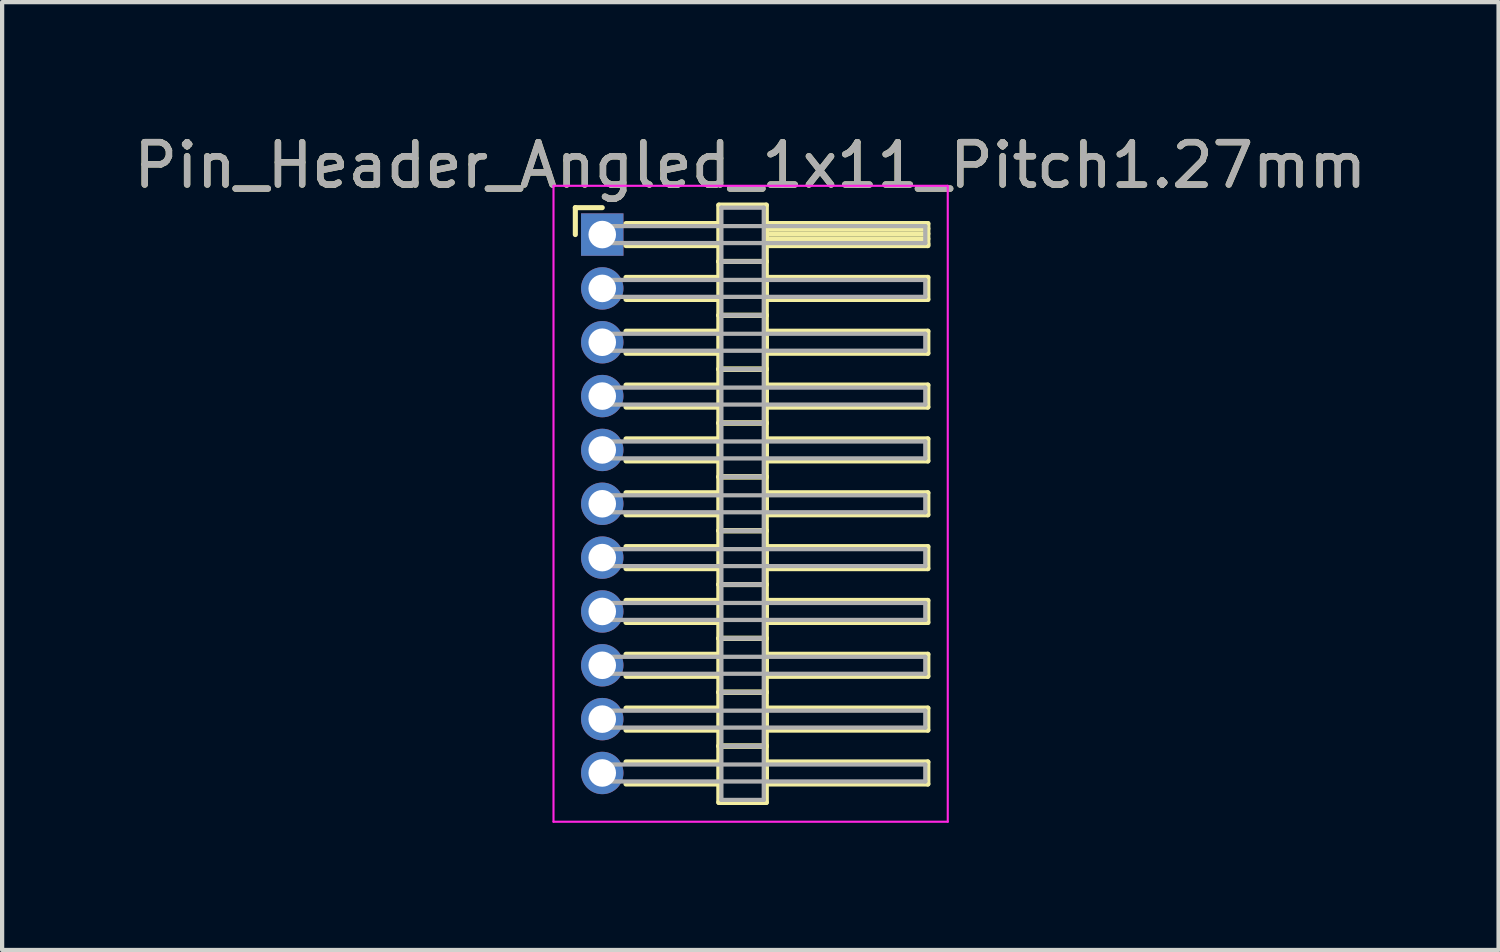
<source format=kicad_pcb>
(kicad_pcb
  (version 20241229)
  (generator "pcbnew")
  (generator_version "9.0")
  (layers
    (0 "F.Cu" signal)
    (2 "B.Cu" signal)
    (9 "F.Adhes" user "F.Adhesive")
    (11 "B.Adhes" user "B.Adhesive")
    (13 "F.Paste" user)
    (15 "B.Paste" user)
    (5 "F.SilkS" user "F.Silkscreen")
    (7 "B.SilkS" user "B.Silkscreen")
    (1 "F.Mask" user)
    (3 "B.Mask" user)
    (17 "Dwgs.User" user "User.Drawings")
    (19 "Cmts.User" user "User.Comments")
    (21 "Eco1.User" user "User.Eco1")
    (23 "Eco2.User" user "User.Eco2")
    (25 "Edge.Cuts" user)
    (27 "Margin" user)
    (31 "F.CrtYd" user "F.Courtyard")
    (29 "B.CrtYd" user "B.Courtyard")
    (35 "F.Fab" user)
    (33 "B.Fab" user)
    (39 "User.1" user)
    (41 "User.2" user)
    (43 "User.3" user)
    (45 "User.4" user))
  (footprint "Pin_Header_Angled_1x11_Pitch1.27mm"
    (layer "F.Cu")
    (at 11.156 2.483)
    (property "Reference" "Pin_Header_Angled_1x11_Pitch1.27mm" (at 3.493 -1.635 0) (layer "F.SilkS") (effects (font (size 1 1) (thickness 0.15))))
    (attr through_hole)
    (fp_line (start -0.635 -0.635) (end 0 -0.635) (stroke (width 0.12) (type solid)) (layer "F.SilkS"))
    (fp_line (start -0.635 0) (end -0.635 -0.635) (stroke (width 0.12) (type solid)) (layer "F.SilkS"))
    (fp_line (start 0.56 -0.26) (end 2.75 -0.26) (stroke (width 0.12) (type solid)) (layer "F.SilkS"))
    (fp_line (start 0.56 0.26) (end 2.75 0.26) (stroke (width 0.12) (type solid)) (layer "F.SilkS"))
    (fp_line (start 0.56 1.01) (end 2.75 1.01) (stroke (width 0.12) (type solid)) (layer "F.SilkS"))
    (fp_line (start 0.56 1.53) (end 2.75 1.53) (stroke (width 0.12) (type solid)) (layer "F.SilkS"))
    (fp_line (start 0.56 2.28) (end 2.75 2.28) (stroke (width 0.12) (type solid)) (layer "F.SilkS"))
    (fp_line (start 0.56 2.8) (end 2.75 2.8) (stroke (width 0.12) (type solid)) (layer "F.SilkS"))
    (fp_line (start 0.56 3.55) (end 2.75 3.55) (stroke (width 0.12) (type solid)) (layer "F.SilkS"))
    (fp_line (start 0.56 4.07) (end 2.75 4.07) (stroke (width 0.12) (type solid)) (layer "F.SilkS"))
    (fp_line (start 0.56 4.82) (end 2.75 4.82) (stroke (width 0.12) (type solid)) (layer "F.SilkS"))
    (fp_line (start 0.56 5.34) (end 2.75 5.34) (stroke (width 0.12) (type solid)) (layer "F.SilkS"))
    (fp_line (start 0.56 6.09) (end 2.75 6.09) (stroke (width 0.12) (type solid)) (layer "F.SilkS"))
    (fp_line (start 0.56 6.61) (end 2.75 6.61) (stroke (width 0.12) (type solid)) (layer "F.SilkS"))
    (fp_line (start 0.56 7.36) (end 2.75 7.36) (stroke (width 0.12) (type solid)) (layer "F.SilkS"))
    (fp_line (start 0.56 7.88) (end 2.75 7.88) (stroke (width 0.12) (type solid)) (layer "F.SilkS"))
    (fp_line (start 0.56 8.63) (end 2.75 8.63) (stroke (width 0.12) (type solid)) (layer "F.SilkS"))
    (fp_line (start 0.56 9.15) (end 2.75 9.15) (stroke (width 0.12) (type solid)) (layer "F.SilkS"))
    (fp_line (start 0.56 9.9) (end 2.75 9.9) (stroke (width 0.12) (type solid)) (layer "F.SilkS"))
    (fp_line (start 0.56 10.42) (end 2.75 10.42) (stroke (width 0.12) (type solid)) (layer "F.SilkS"))
    (fp_line (start 0.56 11.17) (end 2.75 11.17) (stroke (width 0.12) (type solid)) (layer "F.SilkS"))
    (fp_line (start 0.56 11.69) (end 2.75 11.69) (stroke (width 0.12) (type solid)) (layer "F.SilkS"))
    (fp_line (start 0.56 12.44) (end 2.75 12.44) (stroke (width 0.12) (type solid)) (layer "F.SilkS"))
    (fp_line (start 0.56 12.96) (end 2.75 12.96) (stroke (width 0.12) (type solid)) (layer "F.SilkS"))
    (fp_line (start 2.75 -0.695) (end 2.75 0.635) (stroke (width 0.12) (type solid)) (layer "F.SilkS"))
    (fp_line (start 2.75 0.635) (end 2.75 1.905) (stroke (width 0.12) (type solid)) (layer "F.SilkS"))
    (fp_line (start 2.75 0.635) (end 3.87 0.635) (stroke (width 0.12) (type solid)) (layer "F.SilkS"))
    (fp_line (start 2.75 1.905) (end 2.75 3.175) (stroke (width 0.12) (type solid)) (layer "F.SilkS"))
    (fp_line (start 2.75 1.905) (end 3.87 1.905) (stroke (width 0.12) (type solid)) (layer "F.SilkS"))
    (fp_line (start 2.75 3.175) (end 2.75 4.445) (stroke (width 0.12) (type solid)) (layer "F.SilkS"))
    (fp_line (start 2.75 3.175) (end 3.87 3.175) (stroke (width 0.12) (type solid)) (layer "F.SilkS"))
    (fp_line (start 2.75 4.445) (end 2.75 5.715) (stroke (width 0.12) (type solid)) (layer "F.SilkS"))
    (fp_line (start 2.75 4.445) (end 3.87 4.445) (stroke (width 0.12) (type solid)) (layer "F.SilkS"))
    (fp_line (start 2.75 5.715) (end 2.75 6.985) (stroke (width 0.12) (type solid)) (layer "F.SilkS"))
    (fp_line (start 2.75 5.715) (end 3.87 5.715) (stroke (width 0.12) (type solid)) (layer "F.SilkS"))
    (fp_line (start 2.75 6.985) (end 2.75 8.255) (stroke (width 0.12) (type solid)) (layer "F.SilkS"))
    (fp_line (start 2.75 6.985) (end 3.87 6.985) (stroke (width 0.12) (type solid)) (layer "F.SilkS"))
    (fp_line (start 2.75 8.255) (end 2.75 9.525) (stroke (width 0.12) (type solid)) (layer "F.SilkS"))
    (fp_line (start 2.75 8.255) (end 3.87 8.255) (stroke (width 0.12) (type solid)) (layer "F.SilkS"))
    (fp_line (start 2.75 9.525) (end 2.75 10.795) (stroke (width 0.12) (type solid)) (layer "F.SilkS"))
    (fp_line (start 2.75 9.525) (end 3.87 9.525) (stroke (width 0.12) (type solid)) (layer "F.SilkS"))
    (fp_line (start 2.75 10.795) (end 2.75 12.065) (stroke (width 0.12) (type solid)) (layer "F.SilkS"))
    (fp_line (start 2.75 10.795) (end 3.87 10.795) (stroke (width 0.12) (type solid)) (layer "F.SilkS"))
    (fp_line (start 2.75 12.065) (end 2.75 13.395) (stroke (width 0.12) (type solid)) (layer "F.SilkS"))
    (fp_line (start 2.75 12.065) (end 3.87 12.065) (stroke (width 0.12) (type solid)) (layer "F.SilkS"))
    (fp_line (start 2.75 13.395) (end 3.87 13.395) (stroke (width 0.12) (type solid)) (layer "F.SilkS"))
    (fp_line (start 3.87 -0.695) (end 2.75 -0.695) (stroke (width 0.12) (type solid)) (layer "F.SilkS"))
    (fp_line (start 3.87 -0.26) (end 3.87 0.26) (stroke (width 0.12) (type solid)) (layer "F.SilkS"))
    (fp_line (start 3.87 -0.14) (end 7.68 -0.14) (stroke (width 0.12) (type solid)) (layer "F.SilkS"))
    (fp_line (start 3.87 -0.02) (end 7.68 -0.02) (stroke (width 0.12) (type solid)) (layer "F.SilkS"))
    (fp_line (start 3.87 0.1) (end 7.68 0.1) (stroke (width 0.12) (type solid)) (layer "F.SilkS"))
    (fp_line (start 3.87 0.22) (end 7.68 0.22) (stroke (width 0.12) (type solid)) (layer "F.SilkS"))
    (fp_line (start 3.87 0.26) (end 7.68 0.26) (stroke (width 0.12) (type solid)) (layer "F.SilkS"))
    (fp_line (start 3.87 0.635) (end 2.75 0.635) (stroke (width 0.12) (type solid)) (layer "F.SilkS"))
    (fp_line (start 3.87 0.635) (end 3.87 -0.695) (stroke (width 0.12) (type solid)) (layer "F.SilkS"))
    (fp_line (start 3.87 1.01) (end 3.87 1.53) (stroke (width 0.12) (type solid)) (layer "F.SilkS"))
    (fp_line (start 3.87 1.53) (end 7.68 1.53) (stroke (width 0.12) (type solid)) (layer "F.SilkS"))
    (fp_line (start 3.87 1.905) (end 2.75 1.905) (stroke (width 0.12) (type solid)) (layer "F.SilkS"))
    (fp_line (start 3.87 1.905) (end 3.87 0.635) (stroke (width 0.12) (type solid)) (layer "F.SilkS"))
    (fp_line (start 3.87 2.28) (end 3.87 2.8) (stroke (width 0.12) (type solid)) (layer "F.SilkS"))
    (fp_line (start 3.87 2.8) (end 7.68 2.8) (stroke (width 0.12) (type solid)) (layer "F.SilkS"))
    (fp_line (start 3.87 3.175) (end 2.75 3.175) (stroke (width 0.12) (type solid)) (layer "F.SilkS"))
    (fp_line (start 3.87 3.175) (end 3.87 1.905) (stroke (width 0.12) (type solid)) (layer "F.SilkS"))
    (fp_line (start 3.87 3.55) (end 3.87 4.07) (stroke (width 0.12) (type solid)) (layer "F.SilkS"))
    (fp_line (start 3.87 4.07) (end 7.68 4.07) (stroke (width 0.12) (type solid)) (layer "F.SilkS"))
    (fp_line (start 3.87 4.445) (end 2.75 4.445) (stroke (width 0.12) (type solid)) (layer "F.SilkS"))
    (fp_line (start 3.87 4.445) (end 3.87 3.175) (stroke (width 0.12) (type solid)) (layer "F.SilkS"))
    (fp_line (start 3.87 4.82) (end 3.87 5.34) (stroke (width 0.12) (type solid)) (layer "F.SilkS"))
    (fp_line (start 3.87 5.34) (end 7.68 5.34) (stroke (width 0.12) (type solid)) (layer "F.SilkS"))
    (fp_line (start 3.87 5.715) (end 2.75 5.715) (stroke (width 0.12) (type solid)) (layer "F.SilkS"))
    (fp_line (start 3.87 5.715) (end 3.87 4.445) (stroke (width 0.12) (type solid)) (layer "F.SilkS"))
    (fp_line (start 3.87 6.09) (end 3.87 6.61) (stroke (width 0.12) (type solid)) (layer "F.SilkS"))
    (fp_line (start 3.87 6.61) (end 7.68 6.61) (stroke (width 0.12) (type solid)) (layer "F.SilkS"))
    (fp_line (start 3.87 6.985) (end 2.75 6.985) (stroke (width 0.12) (type solid)) (layer "F.SilkS"))
    (fp_line (start 3.87 6.985) (end 3.87 5.715) (stroke (width 0.12) (type solid)) (layer "F.SilkS"))
    (fp_line (start 3.87 7.36) (end 3.87 7.88) (stroke (width 0.12) (type solid)) (layer "F.SilkS"))
    (fp_line (start 3.87 7.88) (end 7.68 7.88) (stroke (width 0.12) (type solid)) (layer "F.SilkS"))
    (fp_line (start 3.87 8.255) (end 2.75 8.255) (stroke (width 0.12) (type solid)) (layer "F.SilkS"))
    (fp_line (start 3.87 8.255) (end 3.87 6.985) (stroke (width 0.12) (type solid)) (layer "F.SilkS"))
    (fp_line (start 3.87 8.63) (end 3.87 9.15) (stroke (width 0.12) (type solid)) (layer "F.SilkS"))
    (fp_line (start 3.87 9.15) (end 7.68 9.15) (stroke (width 0.12) (type solid)) (layer "F.SilkS"))
    (fp_line (start 3.87 9.525) (end 2.75 9.525) (stroke (width 0.12) (type solid)) (layer "F.SilkS"))
    (fp_line (start 3.87 9.525) (end 3.87 8.255) (stroke (width 0.12) (type solid)) (layer "F.SilkS"))
    (fp_line (start 3.87 9.9) (end 3.87 10.42) (stroke (width 0.12) (type solid)) (layer "F.SilkS"))
    (fp_line (start 3.87 10.42) (end 7.68 10.42) (stroke (width 0.12) (type solid)) (layer "F.SilkS"))
    (fp_line (start 3.87 10.795) (end 2.75 10.795) (stroke (width 0.12) (type solid)) (layer "F.SilkS"))
    (fp_line (start 3.87 10.795) (end 3.87 9.525) (stroke (width 0.12) (type solid)) (layer "F.SilkS"))
    (fp_line (start 3.87 11.17) (end 3.87 11.69) (stroke (width 0.12) (type solid)) (layer "F.SilkS"))
    (fp_line (start 3.87 11.69) (end 7.68 11.69) (stroke (width 0.12) (type solid)) (layer "F.SilkS"))
    (fp_line (start 3.87 12.065) (end 2.75 12.065) (stroke (width 0.12) (type solid)) (layer "F.SilkS"))
    (fp_line (start 3.87 12.065) (end 3.87 10.795) (stroke (width 0.12) (type solid)) (layer "F.SilkS"))
    (fp_line (start 3.87 12.44) (end 3.87 12.96) (stroke (width 0.12) (type solid)) (layer "F.SilkS"))
    (fp_line (start 3.87 12.96) (end 7.68 12.96) (stroke (width 0.12) (type solid)) (layer "F.SilkS"))
    (fp_line (start 3.87 13.395) (end 3.87 12.065) (stroke (width 0.12) (type solid)) (layer "F.SilkS"))
    (fp_line (start 7.68 -0.26) (end 3.87 -0.26) (stroke (width 0.12) (type solid)) (layer "F.SilkS"))
    (fp_line (start 7.68 0.26) (end 7.68 -0.26) (stroke (width 0.12) (type solid)) (layer "F.SilkS"))
    (fp_line (start 7.68 1.01) (end 3.87 1.01) (stroke (width 0.12) (type solid)) (layer "F.SilkS"))
    (fp_line (start 7.68 1.53) (end 7.68 1.01) (stroke (width 0.12) (type solid)) (layer "F.SilkS"))
    (fp_line (start 7.68 2.28) (end 3.87 2.28) (stroke (width 0.12) (type solid)) (layer "F.SilkS"))
    (fp_line (start 7.68 2.8) (end 7.68 2.28) (stroke (width 0.12) (type solid)) (layer "F.SilkS"))
    (fp_line (start 7.68 3.55) (end 3.87 3.55) (stroke (width 0.12) (type solid)) (layer "F.SilkS"))
    (fp_line (start 7.68 4.07) (end 7.68 3.55) (stroke (width 0.12) (type solid)) (layer "F.SilkS"))
    (fp_line (start 7.68 4.82) (end 3.87 4.82) (stroke (width 0.12) (type solid)) (layer "F.SilkS"))
    (fp_line (start 7.68 5.34) (end 7.68 4.82) (stroke (width 0.12) (type solid)) (layer "F.SilkS"))
    (fp_line (start 7.68 6.09) (end 3.87 6.09) (stroke (width 0.12) (type solid)) (layer "F.SilkS"))
    (fp_line (start 7.68 6.61) (end 7.68 6.09) (stroke (width 0.12) (type solid)) (layer "F.SilkS"))
    (fp_line (start 7.68 7.36) (end 3.87 7.36) (stroke (width 0.12) (type solid)) (layer "F.SilkS"))
    (fp_line (start 7.68 7.88) (end 7.68 7.36) (stroke (width 0.12) (type solid)) (layer "F.SilkS"))
    (fp_line (start 7.68 8.63) (end 3.87 8.63) (stroke (width 0.12) (type solid)) (layer "F.SilkS"))
    (fp_line (start 7.68 9.15) (end 7.68 8.63) (stroke (width 0.12) (type solid)) (layer "F.SilkS"))
    (fp_line (start 7.68 9.9) (end 3.87 9.9) (stroke (width 0.12) (type solid)) (layer "F.SilkS"))
    (fp_line (start 7.68 10.42) (end 7.68 9.9) (stroke (width 0.12) (type solid)) (layer "F.SilkS"))
    (fp_line (start 7.68 11.17) (end 3.87 11.17) (stroke (width 0.12) (type solid)) (layer "F.SilkS"))
    (fp_line (start 7.68 11.69) (end 7.68 11.17) (stroke (width 0.12) (type solid)) (layer "F.SilkS"))
    (fp_line (start 7.68 12.44) (end 3.87 12.44) (stroke (width 0.12) (type solid)) (layer "F.SilkS"))
    (fp_line (start 7.68 12.96) (end 7.68 12.44) (stroke (width 0.12) (type solid)) (layer "F.SilkS"))
    (fp_line (start -1.15 -1.15) (end -1.15 13.85) (stroke (width 0.05) (type solid)) (layer "F.CrtYd"))
    (fp_line (start -1.15 13.85) (end 8.15 13.85) (stroke (width 0.05) (type solid)) (layer "F.CrtYd"))
    (fp_line (start 8.15 -1.15) (end -1.15 -1.15) (stroke (width 0.05) (type solid)) (layer "F.CrtYd"))
    (fp_line (start 8.15 13.85) (end 8.15 -1.15) (stroke (width 0.05) (type solid)) (layer "F.CrtYd"))
    (fp_line (start 0 -0.2) (end 0 0.2) (stroke (width 0.1) (type solid)) (layer "F.Fab"))
    (fp_line (start 0 0.2) (end 7.62 0.2) (stroke (width 0.1) (type solid)) (layer "F.Fab"))
    (fp_line (start 0 1.07) (end 0 1.47) (stroke (width 0.1) (type solid)) (layer "F.Fab"))
    (fp_line (start 0 1.47) (end 7.62 1.47) (stroke (width 0.1) (type solid)) (layer "F.Fab"))
    (fp_line (start 0 2.34) (end 0 2.74) (stroke (width 0.1) (type solid)) (layer "F.Fab"))
    (fp_line (start 0 2.74) (end 7.62 2.74) (stroke (width 0.1) (type solid)) (layer "F.Fab"))
    (fp_line (start 0 3.61) (end 0 4.01) (stroke (width 0.1) (type solid)) (layer "F.Fab"))
    (fp_line (start 0 4.01) (end 7.62 4.01) (stroke (width 0.1) (type solid)) (layer "F.Fab"))
    (fp_line (start 0 4.88) (end 0 5.28) (stroke (width 0.1) (type solid)) (layer "F.Fab"))
    (fp_line (start 0 5.28) (end 7.62 5.28) (stroke (width 0.1) (type solid)) (layer "F.Fab"))
    (fp_line (start 0 6.15) (end 0 6.55) (stroke (width 0.1) (type solid)) (layer "F.Fab"))
    (fp_line (start 0 6.55) (end 7.62 6.55) (stroke (width 0.1) (type solid)) (layer "F.Fab"))
    (fp_line (start 0 7.42) (end 0 7.82) (stroke (width 0.1) (type solid)) (layer "F.Fab"))
    (fp_line (start 0 7.82) (end 7.62 7.82) (stroke (width 0.1) (type solid)) (layer "F.Fab"))
    (fp_line (start 0 8.69) (end 0 9.09) (stroke (width 0.1) (type solid)) (layer "F.Fab"))
    (fp_line (start 0 9.09) (end 7.62 9.09) (stroke (width 0.1) (type solid)) (layer "F.Fab"))
    (fp_line (start 0 9.96) (end 0 10.36) (stroke (width 0.1) (type solid)) (layer "F.Fab"))
    (fp_line (start 0 10.36) (end 7.62 10.36) (stroke (width 0.1) (type solid)) (layer "F.Fab"))
    (fp_line (start 0 11.23) (end 0 11.63) (stroke (width 0.1) (type solid)) (layer "F.Fab"))
    (fp_line (start 0 11.63) (end 7.62 11.63) (stroke (width 0.1) (type solid)) (layer "F.Fab"))
    (fp_line (start 0 12.5) (end 0 12.9) (stroke (width 0.1) (type solid)) (layer "F.Fab"))
    (fp_line (start 0 12.9) (end 7.62 12.9) (stroke (width 0.1) (type solid)) (layer "F.Fab"))
    (fp_line (start 2.81 -0.635) (end 2.81 0.635) (stroke (width 0.1) (type solid)) (layer "F.Fab"))
    (fp_line (start 2.81 0.635) (end 2.81 1.905) (stroke (width 0.1) (type solid)) (layer "F.Fab"))
    (fp_line (start 2.81 0.635) (end 3.81 0.635) (stroke (width 0.1) (type solid)) (layer "F.Fab"))
    (fp_line (start 2.81 1.905) (end 2.81 3.175) (stroke (width 0.1) (type solid)) (layer "F.Fab"))
    (fp_line (start 2.81 1.905) (end 3.81 1.905) (stroke (width 0.1) (type solid)) (layer "F.Fab"))
    (fp_line (start 2.81 3.175) (end 2.81 4.445) (stroke (width 0.1) (type solid)) (layer "F.Fab"))
    (fp_line (start 2.81 3.175) (end 3.81 3.175) (stroke (width 0.1) (type solid)) (layer "F.Fab"))
    (fp_line (start 2.81 4.445) (end 2.81 5.715) (stroke (width 0.1) (type solid)) (layer "F.Fab"))
    (fp_line (start 2.81 4.445) (end 3.81 4.445) (stroke (width 0.1) (type solid)) (layer "F.Fab"))
    (fp_line (start 2.81 5.715) (end 2.81 6.985) (stroke (width 0.1) (type solid)) (layer "F.Fab"))
    (fp_line (start 2.81 5.715) (end 3.81 5.715) (stroke (width 0.1) (type solid)) (layer "F.Fab"))
    (fp_line (start 2.81 6.985) (end 2.81 8.255) (stroke (width 0.1) (type solid)) (layer "F.Fab"))
    (fp_line (start 2.81 6.985) (end 3.81 6.985) (stroke (width 0.1) (type solid)) (layer "F.Fab"))
    (fp_line (start 2.81 8.255) (end 2.81 9.525) (stroke (width 0.1) (type solid)) (layer "F.Fab"))
    (fp_line (start 2.81 8.255) (end 3.81 8.255) (stroke (width 0.1) (type solid)) (layer "F.Fab"))
    (fp_line (start 2.81 9.525) (end 2.81 10.795) (stroke (width 0.1) (type solid)) (layer "F.Fab"))
    (fp_line (start 2.81 9.525) (end 3.81 9.525) (stroke (width 0.1) (type solid)) (layer "F.Fab"))
    (fp_line (start 2.81 10.795) (end 2.81 12.065) (stroke (width 0.1) (type solid)) (layer "F.Fab"))
    (fp_line (start 2.81 10.795) (end 3.81 10.795) (stroke (width 0.1) (type solid)) (layer "F.Fab"))
    (fp_line (start 2.81 12.065) (end 2.81 13.335) (stroke (width 0.1) (type solid)) (layer "F.Fab"))
    (fp_line (start 2.81 12.065) (end 3.81 12.065) (stroke (width 0.1) (type solid)) (layer "F.Fab"))
    (fp_line (start 2.81 13.335) (end 3.81 13.335) (stroke (width 0.1) (type solid)) (layer "F.Fab"))
    (fp_line (start 3.81 -0.635) (end 2.81 -0.635) (stroke (width 0.1) (type solid)) (layer "F.Fab"))
    (fp_line (start 3.81 0.635) (end 2.81 0.635) (stroke (width 0.1) (type solid)) (layer "F.Fab"))
    (fp_line (start 3.81 0.635) (end 3.81 -0.635) (stroke (width 0.1) (type solid)) (layer "F.Fab"))
    (fp_line (start 3.81 1.905) (end 2.81 1.905) (stroke (width 0.1) (type solid)) (layer "F.Fab"))
    (fp_line (start 3.81 1.905) (end 3.81 0.635) (stroke (width 0.1) (type solid)) (layer "F.Fab"))
    (fp_line (start 3.81 3.175) (end 2.81 3.175) (stroke (width 0.1) (type solid)) (layer "F.Fab"))
    (fp_line (start 3.81 3.175) (end 3.81 1.905) (stroke (width 0.1) (type solid)) (layer "F.Fab"))
    (fp_line (start 3.81 4.445) (end 2.81 4.445) (stroke (width 0.1) (type solid)) (layer "F.Fab"))
    (fp_line (start 3.81 4.445) (end 3.81 3.175) (stroke (width 0.1) (type solid)) (layer "F.Fab"))
    (fp_line (start 3.81 5.715) (end 2.81 5.715) (stroke (width 0.1) (type solid)) (layer "F.Fab"))
    (fp_line (start 3.81 5.715) (end 3.81 4.445) (stroke (width 0.1) (type solid)) (layer "F.Fab"))
    (fp_line (start 3.81 6.985) (end 2.81 6.985) (stroke (width 0.1) (type solid)) (layer "F.Fab"))
    (fp_line (start 3.81 6.985) (end 3.81 5.715) (stroke (width 0.1) (type solid)) (layer "F.Fab"))
    (fp_line (start 3.81 8.255) (end 2.81 8.255) (stroke (width 0.1) (type solid)) (layer "F.Fab"))
    (fp_line (start 3.81 8.255) (end 3.81 6.985) (stroke (width 0.1) (type solid)) (layer "F.Fab"))
    (fp_line (start 3.81 9.525) (end 2.81 9.525) (stroke (width 0.1) (type solid)) (layer "F.Fab"))
    (fp_line (start 3.81 9.525) (end 3.81 8.255) (stroke (width 0.1) (type solid)) (layer "F.Fab"))
    (fp_line (start 3.81 10.795) (end 2.81 10.795) (stroke (width 0.1) (type solid)) (layer "F.Fab"))
    (fp_line (start 3.81 10.795) (end 3.81 9.525) (stroke (width 0.1) (type solid)) (layer "F.Fab"))
    (fp_line (start 3.81 12.065) (end 2.81 12.065) (stroke (width 0.1) (type solid)) (layer "F.Fab"))
    (fp_line (start 3.81 12.065) (end 3.81 10.795) (stroke (width 0.1) (type solid)) (layer "F.Fab"))
    (fp_line (start 3.81 13.335) (end 3.81 12.065) (stroke (width 0.1) (type solid)) (layer "F.Fab"))
    (fp_line (start 7.62 -0.2) (end 0 -0.2) (stroke (width 0.1) (type solid)) (layer "F.Fab"))
    (fp_line (start 7.62 0.2) (end 7.62 -0.2) (stroke (width 0.1) (type solid)) (layer "F.Fab"))
    (fp_line (start 7.62 1.07) (end 0 1.07) (stroke (width 0.1) (type solid)) (layer "F.Fab"))
    (fp_line (start 7.62 1.47) (end 7.62 1.07) (stroke (width 0.1) (type solid)) (layer "F.Fab"))
    (fp_line (start 7.62 2.34) (end 0 2.34) (stroke (width 0.1) (type solid)) (layer "F.Fab"))
    (fp_line (start 7.62 2.74) (end 7.62 2.34) (stroke (width 0.1) (type solid)) (layer "F.Fab"))
    (fp_line (start 7.62 3.61) (end 0 3.61) (stroke (width 0.1) (type solid)) (layer "F.Fab"))
    (fp_line (start 7.62 4.01) (end 7.62 3.61) (stroke (width 0.1) (type solid)) (layer "F.Fab"))
    (fp_line (start 7.62 4.88) (end 0 4.88) (stroke (width 0.1) (type solid)) (layer "F.Fab"))
    (fp_line (start 7.62 5.28) (end 7.62 4.88) (stroke (width 0.1) (type solid)) (layer "F.Fab"))
    (fp_line (start 7.62 6.15) (end 0 6.15) (stroke (width 0.1) (type solid)) (layer "F.Fab"))
    (fp_line (start 7.62 6.55) (end 7.62 6.15) (stroke (width 0.1) (type solid)) (layer "F.Fab"))
    (fp_line (start 7.62 7.42) (end 0 7.42) (stroke (width 0.1) (type solid)) (layer "F.Fab"))
    (fp_line (start 7.62 7.82) (end 7.62 7.42) (stroke (width 0.1) (type solid)) (layer "F.Fab"))
    (fp_line (start 7.62 8.69) (end 0 8.69) (stroke (width 0.1) (type solid)) (layer "F.Fab"))
    (fp_line (start 7.62 9.09) (end 7.62 8.69) (stroke (width 0.1) (type solid)) (layer "F.Fab"))
    (fp_line (start 7.62 9.96) (end 0 9.96) (stroke (width 0.1) (type solid)) (layer "F.Fab"))
    (fp_line (start 7.62 10.36) (end 7.62 9.96) (stroke (width 0.1) (type solid)) (layer "F.Fab"))
    (fp_line (start 7.62 11.23) (end 0 11.23) (stroke (width 0.1) (type solid)) (layer "F.Fab"))
    (fp_line (start 7.62 11.63) (end 7.62 11.23) (stroke (width 0.1) (type solid)) (layer "F.Fab"))
    (fp_line (start 7.62 12.5) (end 0 12.5) (stroke (width 0.1) (type solid)) (layer "F.Fab"))
    (fp_line (start 7.62 12.9) (end 7.62 12.5) (stroke (width 0.1) (type solid)) (layer "F.Fab"))
    (fp_text user "${REFERENCE}" (at 3.493 -1.635 0) (layer "F.Fab") (effects (font (size 1 1) (thickness 0.15))))
    (pad "1" thru_hole rect (at 0 0) (size 1 1) (drill 0.65) (layers "*.Cu" "*.Mask"))
    (pad "2" thru_hole oval (at 0 1.27) (size 1 1) (drill 0.65) (layers "*.Cu" "*.Mask"))
    (pad "3" thru_hole oval (at 0 2.54) (size 1 1) (drill 0.65) (layers "*.Cu" "*.Mask"))
    (pad "4" thru_hole oval (at 0 3.81) (size 1 1) (drill 0.65) (layers "*.Cu" "*.Mask"))
    (pad "5" thru_hole oval (at 0 5.08) (size 1 1) (drill 0.65) (layers "*.Cu" "*.Mask"))
    (pad "6" thru_hole oval (at 0 6.35) (size 1 1) (drill 0.65) (layers "*.Cu" "*.Mask"))
    (pad "7" thru_hole oval (at 0 7.62) (size 1 1) (drill 0.65) (layers "*.Cu" "*.Mask"))
    (pad "8" thru_hole oval (at 0 8.89) (size 1 1) (drill 0.65) (layers "*.Cu" "*.Mask"))
    (pad "9" thru_hole oval (at 0 10.16) (size 1 1) (drill 0.65) (layers "*.Cu" "*.Mask"))
    (pad "10" thru_hole oval (at 0 11.43) (size 1 1) (drill 0.65) (layers "*.Cu" "*.Mask"))
    (pad "11" thru_hole oval (at 0 12.7) (size 1 1) (drill 0.65) (layers "*.Cu" "*.Mask")))
  (gr_rect
    (start -3 -3)
    (end 32.298 19.358)
    (stroke (width 0.1) (type default))
    (fill no)
    (layer "Edge.Cuts")))
</source>
